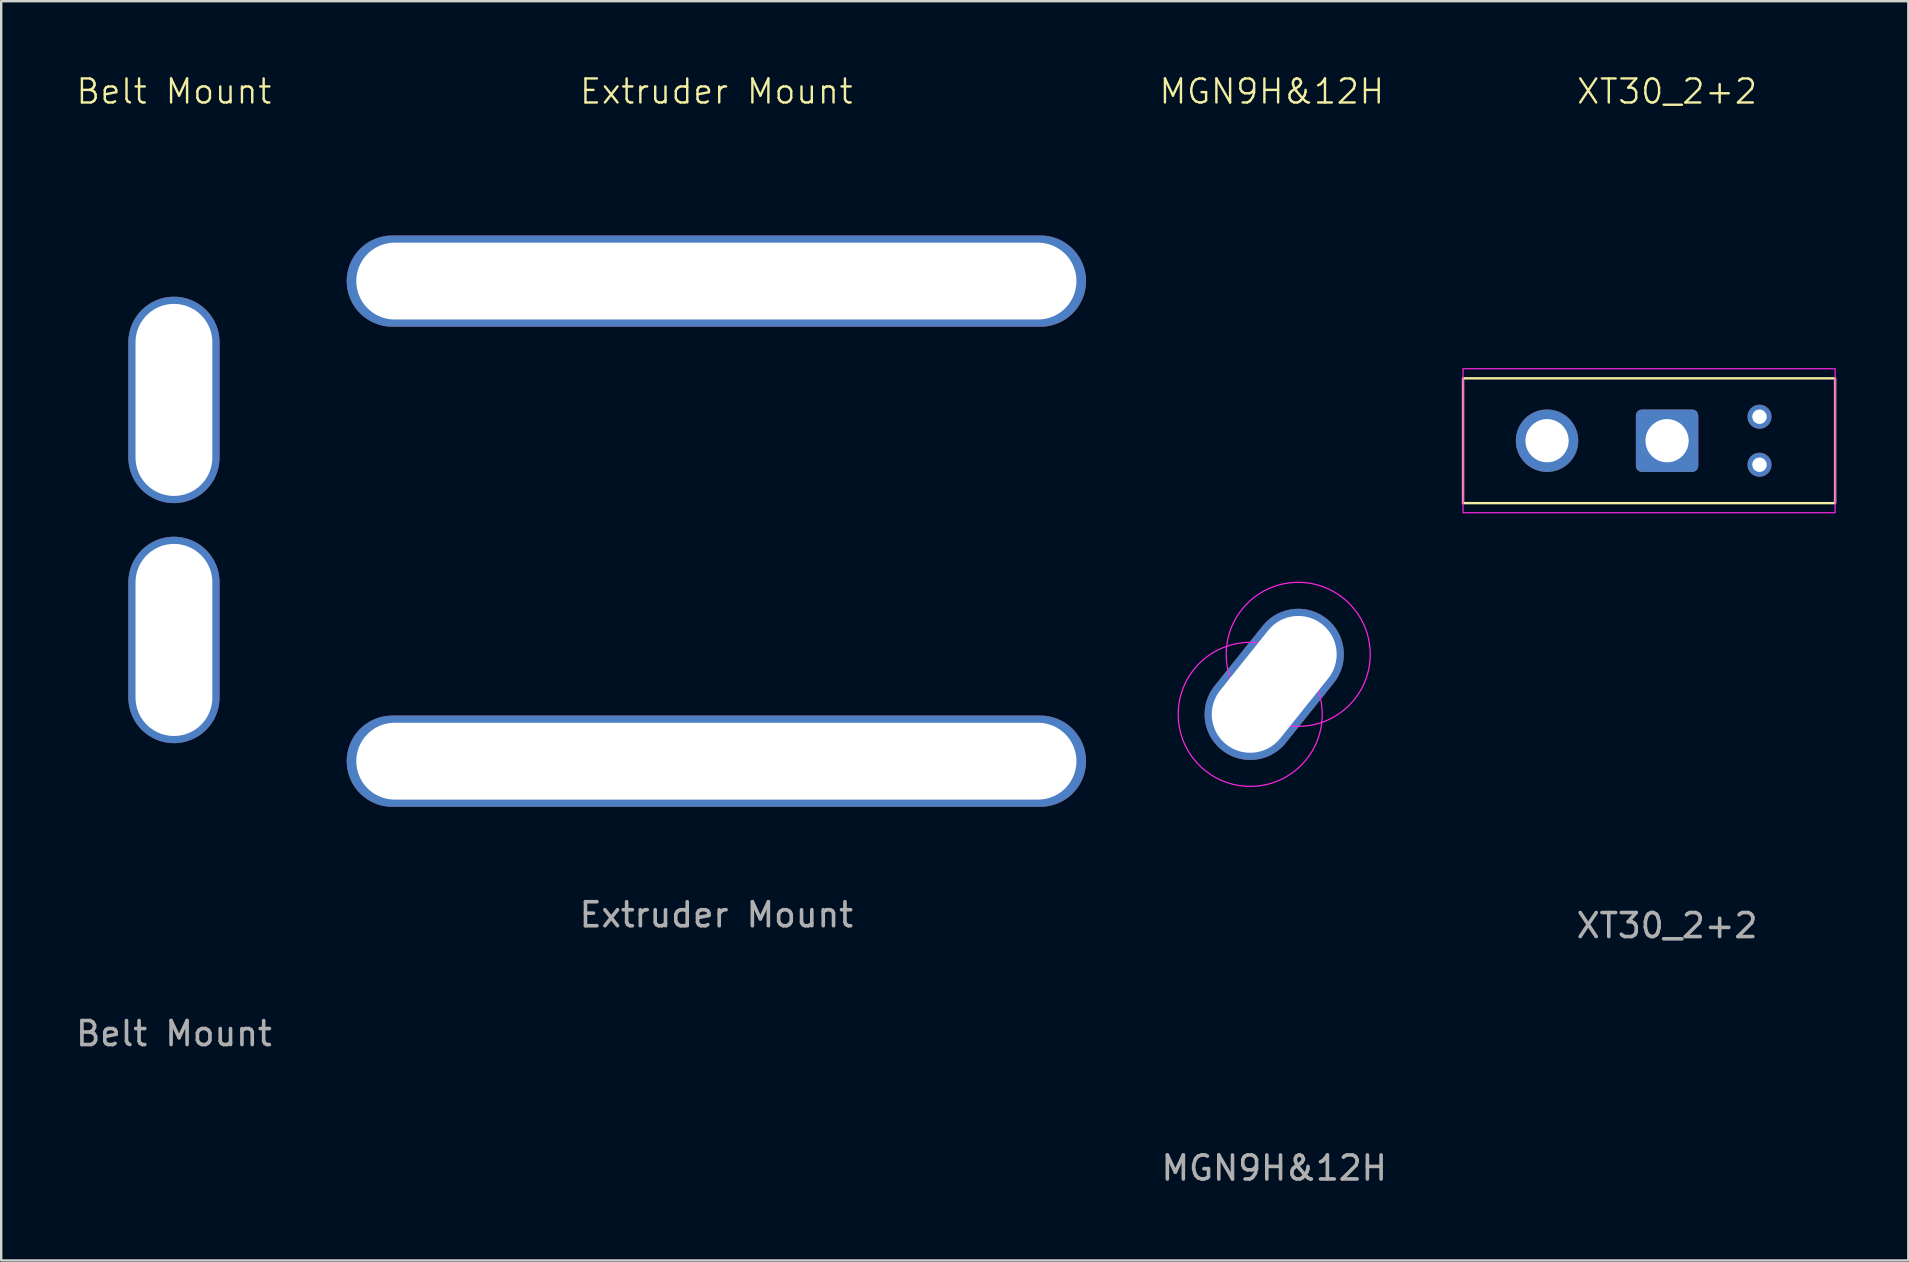
<source format=kicad_pcb>
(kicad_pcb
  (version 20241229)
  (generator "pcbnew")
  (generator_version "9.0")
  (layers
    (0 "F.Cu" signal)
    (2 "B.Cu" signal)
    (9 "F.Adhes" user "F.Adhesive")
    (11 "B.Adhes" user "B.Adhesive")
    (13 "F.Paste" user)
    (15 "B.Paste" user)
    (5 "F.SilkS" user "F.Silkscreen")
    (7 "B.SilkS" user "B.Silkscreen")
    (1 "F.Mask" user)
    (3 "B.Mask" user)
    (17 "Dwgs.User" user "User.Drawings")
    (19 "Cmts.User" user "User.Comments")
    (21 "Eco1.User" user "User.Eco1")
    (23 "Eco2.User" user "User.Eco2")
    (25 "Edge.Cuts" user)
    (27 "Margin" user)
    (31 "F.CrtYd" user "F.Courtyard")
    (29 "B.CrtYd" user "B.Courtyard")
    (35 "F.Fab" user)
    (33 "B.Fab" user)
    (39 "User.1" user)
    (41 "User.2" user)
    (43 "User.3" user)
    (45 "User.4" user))
  (footprint "Belt Mount"
    (layer "F.Cu")
    (at 4.196 18.61)
    (property "Reference" "Belt Mount" (at 0 -17.85 0) (unlocked yes) (layer "F.SilkS") (effects (font (size 1 1) (thickness 0.1))))
    (attr smd)
    (fp_text user "${REFERENCE}" (at 0 21.4 0) (unlocked yes) (layer "F.Fab") (effects (font (size 1 1) (thickness 0.15))))
    (pad "1" thru_hole oval (at 0 -5) (size 3.8 8.6) (drill oval 3.2 8) (layers "*.Cu" "*.Mask"))
    (pad "1" thru_hole oval (at 0 5) (size 3.8 8.6) (drill oval 3.2 8) (layers "*.Cu" "*.Mask")))
  (footprint "XT30_2+2"
    (layer "F.Cu")
    (at 66.399 15.31)
    (property "Reference" "XT30_2+2" (at 0 -14.55 0) (unlocked yes) (layer "F.SilkS") (effects (font (size 1 1) (thickness 0.1))))
    (attr smd)
    (fp_rect (start -8.5 -2.6) (end 7 2.6) (stroke (width 0.1) (type default)) (fill no) (layer "F.SilkS"))
    (fp_rect (start -8.5 -3) (end 7 3) (stroke (width 0.05) (type default)) (fill no) (layer "F.CrtYd"))
    (fp_text user "${REFERENCE}" (at 0 20.2 0) (unlocked yes) (layer "F.Fab") (effects (font (size 1 1) (thickness 0.15))))
    (pad "1" thru_hole circle (at -5 0) (size 2.6 2.6) (drill 1.8) (layers "*.Cu" "*.Mask"))
    (pad "2" thru_hole roundrect (at 0 0) (size 2.6 2.6) (drill 1.8) (layers "*.Cu" "*.Mask") (roundrect_rratio 0.096))
    (pad "3" thru_hole circle (at 3.85 -1) (size 1 1) (drill 0.6) (layers "*.Cu" "*.Mask"))
    (pad "4" thru_hole circle (at 3.85 1) (size 1 1) (drill 0.6) (layers "*.Cu" "*.Mask")))
  (footprint "Extruder Mount"
    (layer "F.Cu")
    (at 26.793 18.66)
    (property "Reference" "Extruder Mount" (at 0 -17.9 0) (unlocked yes) (layer "F.SilkS") (effects (font (size 1 1) (thickness 0.1))))
    (attr smd)
    (fp_text user "${REFERENCE}" (at 0 16.4 0) (unlocked yes) (layer "F.Fab") (effects (font (size 1 1) (thickness 0.15))))
    (pad "" np_thru_hole oval (at 0 -10) (size 30.8 3.8) (drill oval 30 3.2) (layers "*.Cu" "*.Mask"))
    (pad "" np_thru_hole oval (at 0 10) (size 30.8 3.8) (drill oval 30 3.2) (layers "*.Cu" "*.Mask")))
  (footprint "MGN9H&12H"
    (layer "F.Cu")
    (at 50.033 25.46)
    (property "Reference" "MGN9H&12H" (at -0.1 -24.7 0) (unlocked yes) (layer "F.SilkS") (effects (font (size 1 1) (thickness 0.1))))
    (attr smd)
    (fp_circle (center -1 1.25) (end 0.5 1.25) (stroke (width 0.05) (type default)) (fill no) (layer "F.CrtYd"))
    (fp_circle (center -1 1.25) (end 2 1.25) (stroke (width 0.05) (type default)) (fill no) (layer "F.CrtYd"))
    (fp_circle (center 1 -1.25) (end 2.5 -1.25) (stroke (width 0.05) (type default)) (fill no) (layer "F.CrtYd"))
    (fp_circle (center 1 -1.25) (end 4 -1.25) (stroke (width 0.05) (type default)) (fill no) (layer "F.CrtYd"))
    (fp_text user "${REFERENCE}" (at 0 20.15 0) (unlocked yes) (layer "F.Fab") (effects (font (size 1 1) (thickness 0.15))))
    (pad "1" thru_hole oval (at 0 0 51.3) (size 7 3.8) (drill oval 6.402 3.2) (layers "*.Cu" "*.Mask")))
  (gr_rect
    (start -3 -3)
    (end 76.449 49.459)
    (stroke (width 0.1) (type default))
    (fill no)
    (layer "Edge.Cuts")))
</source>
